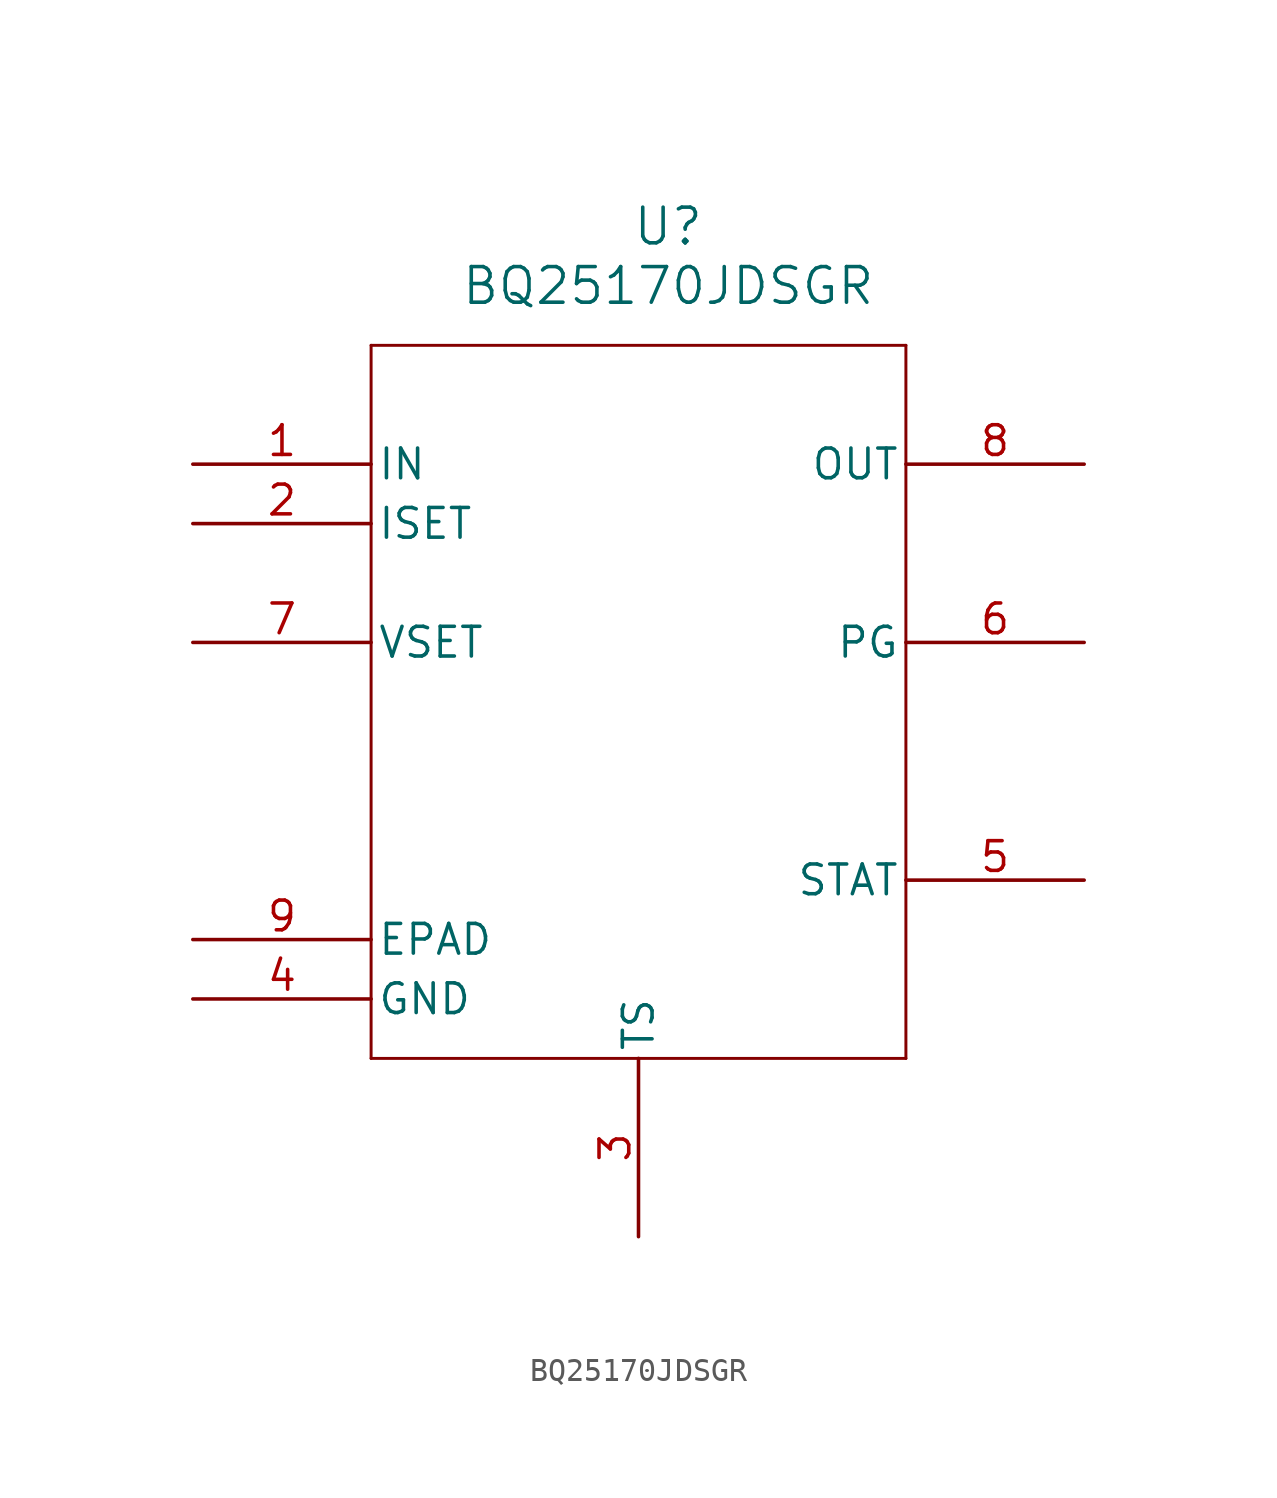
<source format=kicad_sym>
(kicad_symbol_lib
  (version 20241209)
  (generator "kicad_symbol_editor")
  (generator_version "9.0")
  (symbol "BQ25170JDSGR"
    (pin_names
      (offset 0.254))
    (property "Reference" "U"
      (at 20.32 10.16 0)
      (effects (font (size 1.524 1.524))))
    (property "Value" "BQ25170JDSGR"
      (at 20.32 7.62 0)
      (effects (font (size 1.524 1.524))))
    (property "ki_locked" ""
      (at 0 0 0)
      (effects (font (size 1.27 1.27))))
    (symbol "BQ25170JDSGR_0_1"
      (polyline (pts (xy 7.62 5.08) (xy 7.62 -25.4)) (stroke (width 0.127) (type default)) (fill (type none)))
      (polyline (pts (xy 7.62 -25.4) (xy 30.48 -25.4)) (stroke (width 0.127) (type default)) (fill (type none)))
      (polyline (pts (xy 30.48 5.08) (xy 7.62 5.08)) (stroke (width 0.127) (type default)) (fill (type none)))
      (polyline (pts (xy 30.48 -25.4) (xy 30.48 5.08)) (stroke (width 0.127) (type default)) (fill (type none)))
      (pin power_in line (at 0 0 0) (length 7.62) (name "IN" (effects (font (size 1.27 1.27)))) (number "1" (effects (font (size 1.27 1.27)))))
      (pin input line (at 0 -2.54 0) (length 7.62) (name "ISET" (effects (font (size 1.27 1.27)))) (number "2" (effects (font (size 1.27 1.27)))))
      (pin input line (at 0 -7.62 0) (length 7.62) (name "VSET" (effects (font (size 1.27 1.27)))) (number "7" (effects (font (size 1.27 1.27)))))
      (pin input line (at 19.05 -33.02 90) (length 7.62) (name "TS" (effects (font (size 1.27 1.27)))) (number "3" (effects (font (size 1.27 1.27)))))
      (pin output line (at 38.1 0 180) (length 7.62) (name "OUT" (effects (font (size 1.27 1.27)))) (number "8" (effects (font (size 1.27 1.27)))))
      (pin output line (at 38.1 -7.62 180) (length 7.62) (name "PG" (effects (font (size 1.27 1.27)))) (number "6" (effects (font (size 1.27 1.27)))))
      (pin output line (at 38.1 -17.78 180) (length 7.62) (name "STAT" (effects (font (size 1.27 1.27)))) (number "5" (effects (font (size 1.27 1.27))))))
    (symbol "BQ25170JDSGR_1_1"
      (pin power_in line (at 0 -20.32 0) (length 7.62) (name "EPAD" (effects (font (size 1.27 1.27)))) (number "9" (effects (font (size 1.27 1.27)))))
      (pin power_in line (at 0 -22.86 0) (length 7.62) (name "GND" (effects (font (size 1.27 1.27)))) (number "4" (effects (font (size 1.27 1.27))))))))
</source>
